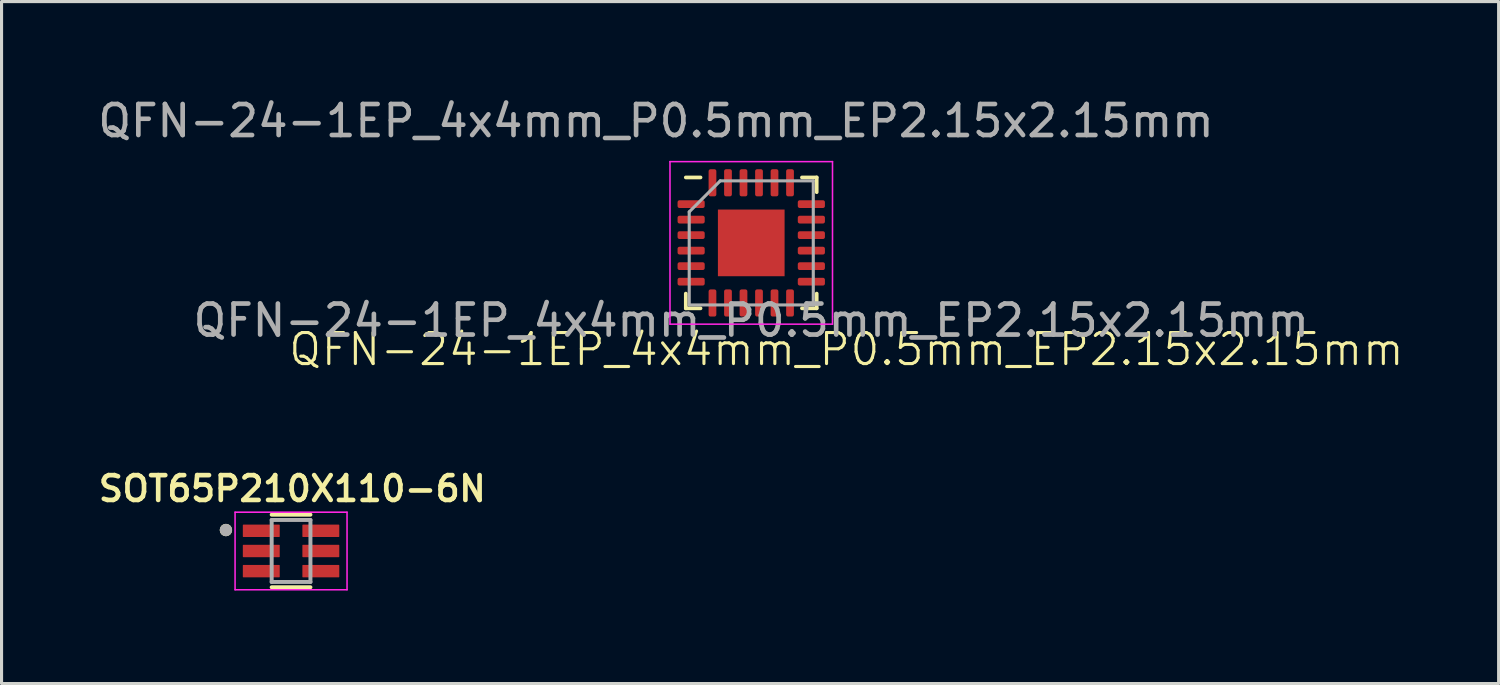
<source format=kicad_pcb>
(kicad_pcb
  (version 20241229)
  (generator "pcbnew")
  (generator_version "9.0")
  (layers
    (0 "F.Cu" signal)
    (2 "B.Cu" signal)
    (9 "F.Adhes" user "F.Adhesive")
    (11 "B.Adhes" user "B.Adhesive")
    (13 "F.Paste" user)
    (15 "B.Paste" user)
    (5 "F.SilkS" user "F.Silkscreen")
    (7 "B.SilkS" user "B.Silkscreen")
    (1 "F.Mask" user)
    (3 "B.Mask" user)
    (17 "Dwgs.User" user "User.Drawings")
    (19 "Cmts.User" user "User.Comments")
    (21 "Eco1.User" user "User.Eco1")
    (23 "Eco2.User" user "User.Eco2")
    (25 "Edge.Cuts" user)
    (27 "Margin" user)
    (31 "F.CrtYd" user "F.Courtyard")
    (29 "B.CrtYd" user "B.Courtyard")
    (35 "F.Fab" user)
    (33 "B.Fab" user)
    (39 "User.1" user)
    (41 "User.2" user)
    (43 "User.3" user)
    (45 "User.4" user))
  (footprint "SOT65P210X110-6N"
    (layer "F.Cu")
    (at 6.334 14.714)
    (property "Reference" "SOT65P210X110-6N" (at 0.04 -2.008 0) (layer "F.SilkS") (effects (font (size 0.8 0.8) (thickness 0.15))))
    (attr smd)
    (fp_line (start -0.625 -1.17) (end 0.625 -1.17) (stroke (width 0.127) (type solid)) (layer "F.SilkS"))
    (fp_line (start -0.625 1.17) (end 0.625 1.17) (stroke (width 0.127) (type solid)) (layer "F.SilkS"))
    (fp_circle (center -2.1 -0.675) (end -2 -0.675) (stroke (width 0.2) (type solid)) (fill no) (layer "F.SilkS"))
    (fp_line (start -1.805 -1.25) (end -1.805 1.25) (stroke (width 0.05) (type solid)) (layer "F.CrtYd"))
    (fp_line (start -1.805 1.25) (end 1.805 1.25) (stroke (width 0.05) (type solid)) (layer "F.CrtYd"))
    (fp_line (start 1.805 -1.25) (end -1.805 -1.25) (stroke (width 0.05) (type solid)) (layer "F.CrtYd"))
    (fp_line (start 1.805 1.25) (end 1.805 -1.25) (stroke (width 0.05) (type solid)) (layer "F.CrtYd"))
    (fp_line (start -0.625 -1) (end -0.625 1) (stroke (width 0.127) (type solid)) (layer "F.Fab"))
    (fp_line (start -0.625 1) (end 0.625 1) (stroke (width 0.127) (type solid)) (layer "F.Fab"))
    (fp_line (start 0.625 -1) (end -0.625 -1) (stroke (width 0.127) (type solid)) (layer "F.Fab"))
    (fp_line (start 0.625 1) (end 0.625 -1) (stroke (width 0.127) (type solid)) (layer "F.Fab"))
    (fp_circle (center -2.1 -0.675) (end -2 -0.675) (stroke (width 0.2) (type solid)) (fill no) (layer "F.Fab"))
    (pad "1" smd roundrect (at -0.96 -0.65) (size 1.19 0.4) (layers "F.Cu" "F.Mask" "F.Paste") (roundrect_rratio 0.05))
    (pad "2" smd roundrect (at -0.96 0) (size 1.19 0.4) (layers "F.Cu" "F.Mask" "F.Paste") (roundrect_rratio 0.05))
    (pad "3" smd roundrect (at -0.96 0.65) (size 1.19 0.4) (layers "F.Cu" "F.Mask" "F.Paste") (roundrect_rratio 0.05))
    (pad "4" smd roundrect (at 0.96 0.65) (size 1.19 0.4) (layers "F.Cu" "F.Mask" "F.Paste") (roundrect_rratio 0.05))
    (pad "5" smd roundrect (at 0.96 0) (size 1.19 0.4) (layers "F.Cu" "F.Mask" "F.Paste") (roundrect_rratio 0.05))
    (pad "6" smd roundrect (at 0.96 -0.65) (size 1.19 0.4) (layers "F.Cu" "F.Mask" "F.Paste") (roundrect_rratio 0.05)))
  (footprint "QFN-24-1EP_4x4mm_P0.5mm_EP2.15x2.15mm"
    (layer "F.Cu")
    (at 21.171 4.781)
    (property "Reference" "QFN-24-1EP_4x4mm_P0.5mm_EP2.15x2.15mm" (at 3.07 3.433 0) (unlocked yes) (layer "F.SilkS") (effects (font (size 1 1) (thickness 0.1))))
    (attr smd)
    (fp_line (start -2.11 2.11) (end -2.11 1.635) (stroke (width 0.12) (type solid)) (layer "F.SilkS"))
    (fp_line (start -1.635 -2.11) (end -2.11 -2.11) (stroke (width 0.12) (type solid)) (layer "F.SilkS"))
    (fp_line (start -1.635 2.11) (end -2.11 2.11) (stroke (width 0.12) (type solid)) (layer "F.SilkS"))
    (fp_line (start 1.635 -2.11) (end 2.11 -2.11) (stroke (width 0.12) (type solid)) (layer "F.SilkS"))
    (fp_line (start 1.635 2.11) (end 2.11 2.11) (stroke (width 0.12) (type solid)) (layer "F.SilkS"))
    (fp_line (start 2.11 -2.11) (end 2.11 -1.635) (stroke (width 0.12) (type solid)) (layer "F.SilkS"))
    (fp_line (start 2.11 2.11) (end 2.11 1.635) (stroke (width 0.12) (type solid)) (layer "F.SilkS"))
    (fp_line (start -2.62 -2.62) (end -2.62 2.62) (stroke (width 0.05) (type solid)) (layer "F.CrtYd"))
    (fp_line (start -2.62 2.62) (end 2.62 2.62) (stroke (width 0.05) (type solid)) (layer "F.CrtYd"))
    (fp_line (start 2.62 -2.62) (end -2.62 -2.62) (stroke (width 0.05) (type solid)) (layer "F.CrtYd"))
    (fp_line (start 2.62 2.62) (end 2.62 -2.62) (stroke (width 0.05) (type solid)) (layer "F.CrtYd"))
    (fp_line (start -2 -1) (end -1 -2) (stroke (width 0.1) (type solid)) (layer "F.Fab"))
    (fp_line (start -2 2) (end -2 -1) (stroke (width 0.1) (type solid)) (layer "F.Fab"))
    (fp_line (start -1 -2) (end 2 -2) (stroke (width 0.1) (type solid)) (layer "F.Fab"))
    (fp_line (start 2 -2) (end 2 2) (stroke (width 0.1) (type solid)) (layer "F.Fab"))
    (fp_line (start 2 2) (end -2 2) (stroke (width 0.1) (type solid)) (layer "F.Fab"))
    (fp_text user "${REFERENCE}" (at -3.07 -3.933 0) (layer "F.Fab") (effects (font (size 1 1) (thickness 0.15))))
    (fp_text user "${REFERENCE}" (at 0 2.5 0) (unlocked yes) (layer "F.Fab") (effects (font (size 1 1) (thickness 0.15))))
    (pad "" smd roundrect (at -0.54 -0.54) (size 0.87 0.87) (layers "F.Paste") (roundrect_rratio 0.25))
    (pad "" smd roundrect (at -0.54 0.54) (size 0.87 0.87) (layers "F.Paste") (roundrect_rratio 0.25))
    (pad "" smd roundrect (at 0.54 -0.54) (size 0.87 0.87) (layers "F.Paste") (roundrect_rratio 0.25))
    (pad "" smd roundrect (at 0.54 0.54) (size 0.87 0.87) (layers "F.Paste") (roundrect_rratio 0.25))
    (pad "1" smd roundrect (at -1.938 -1.25) (size 0.875 0.25) (layers "F.Cu" "F.Mask" "F.Paste") (roundrect_rratio 0.25))
    (pad "2" smd roundrect (at -1.938 -0.75) (size 0.875 0.25) (layers "F.Cu" "F.Mask" "F.Paste") (roundrect_rratio 0.25))
    (pad "3" smd roundrect (at -1.938 -0.25) (size 0.875 0.25) (layers "F.Cu" "F.Mask" "F.Paste") (roundrect_rratio 0.25))
    (pad "4" smd roundrect (at -1.938 0.25) (size 0.875 0.25) (layers "F.Cu" "F.Mask" "F.Paste") (roundrect_rratio 0.25))
    (pad "5" smd roundrect (at -1.938 0.75) (size 0.875 0.25) (layers "F.Cu" "F.Mask" "F.Paste") (roundrect_rratio 0.25))
    (pad "6" smd roundrect (at -1.938 1.25) (size 0.875 0.25) (layers "F.Cu" "F.Mask" "F.Paste") (roundrect_rratio 0.25))
    (pad "7" smd roundrect (at -1.25 1.938) (size 0.25 0.875) (layers "F.Cu" "F.Mask" "F.Paste") (roundrect_rratio 0.25))
    (pad "8" smd roundrect (at -0.75 1.938) (size 0.25 0.875) (layers "F.Cu" "F.Mask" "F.Paste") (roundrect_rratio 0.25))
    (pad "9" smd roundrect (at -0.25 1.938) (size 0.25 0.875) (layers "F.Cu" "F.Mask" "F.Paste") (roundrect_rratio 0.25))
    (pad "10" smd roundrect (at 0.25 1.938) (size 0.25 0.875) (layers "F.Cu" "F.Mask" "F.Paste") (roundrect_rratio 0.25))
    (pad "11" smd roundrect (at 0.75 1.938) (size 0.25 0.875) (layers "F.Cu" "F.Mask" "F.Paste") (roundrect_rratio 0.25))
    (pad "12" smd roundrect (at 1.25 1.938) (size 0.25 0.875) (layers "F.Cu" "F.Mask" "F.Paste") (roundrect_rratio 0.25))
    (pad "13" smd roundrect (at 1.938 1.25) (size 0.875 0.25) (layers "F.Cu" "F.Mask" "F.Paste") (roundrect_rratio 0.25))
    (pad "14" smd roundrect (at 1.938 0.75) (size 0.875 0.25) (layers "F.Cu" "F.Mask" "F.Paste") (roundrect_rratio 0.25))
    (pad "15" smd roundrect (at 1.938 0.25) (size 0.875 0.25) (layers "F.Cu" "F.Mask" "F.Paste") (roundrect_rratio 0.25))
    (pad "16" smd roundrect (at 1.938 -0.25) (size 0.875 0.25) (layers "F.Cu" "F.Mask" "F.Paste") (roundrect_rratio 0.25))
    (pad "17" smd roundrect (at 1.938 -0.75) (size 0.875 0.25) (layers "F.Cu" "F.Mask" "F.Paste") (roundrect_rratio 0.25))
    (pad "18" smd roundrect (at 1.938 -1.25) (size 0.875 0.25) (layers "F.Cu" "F.Mask" "F.Paste") (roundrect_rratio 0.25))
    (pad "19" smd roundrect (at 1.25 -1.938) (size 0.25 0.875) (layers "F.Cu" "F.Mask" "F.Paste") (roundrect_rratio 0.25))
    (pad "20" smd roundrect (at 0.75 -1.938) (size 0.25 0.875) (layers "F.Cu" "F.Mask" "F.Paste") (roundrect_rratio 0.25))
    (pad "21" smd roundrect (at 0.25 -1.938) (size 0.25 0.875) (layers "F.Cu" "F.Mask" "F.Paste") (roundrect_rratio 0.25))
    (pad "22" smd roundrect (at -0.25 -1.938) (size 0.25 0.875) (layers "F.Cu" "F.Mask" "F.Paste") (roundrect_rratio 0.25))
    (pad "23" smd roundrect (at -0.75 -1.938) (size 0.25 0.875) (layers "F.Cu" "F.Mask" "F.Paste") (roundrect_rratio 0.25))
    (pad "24" smd roundrect (at -1.25 -1.938) (size 0.25 0.875) (layers "F.Cu" "F.Mask" "F.Paste") (roundrect_rratio 0.25))
    (pad "25" smd rect (at 0 0) (size 2.15 2.15) (layers "F.Cu" "F.Mask")))
  (gr_rect
    (start -3 -3)
    (end 45.267 18.989)
    (stroke (width 0.1) (type default))
    (fill no)
    (layer "Edge.Cuts")))
</source>
